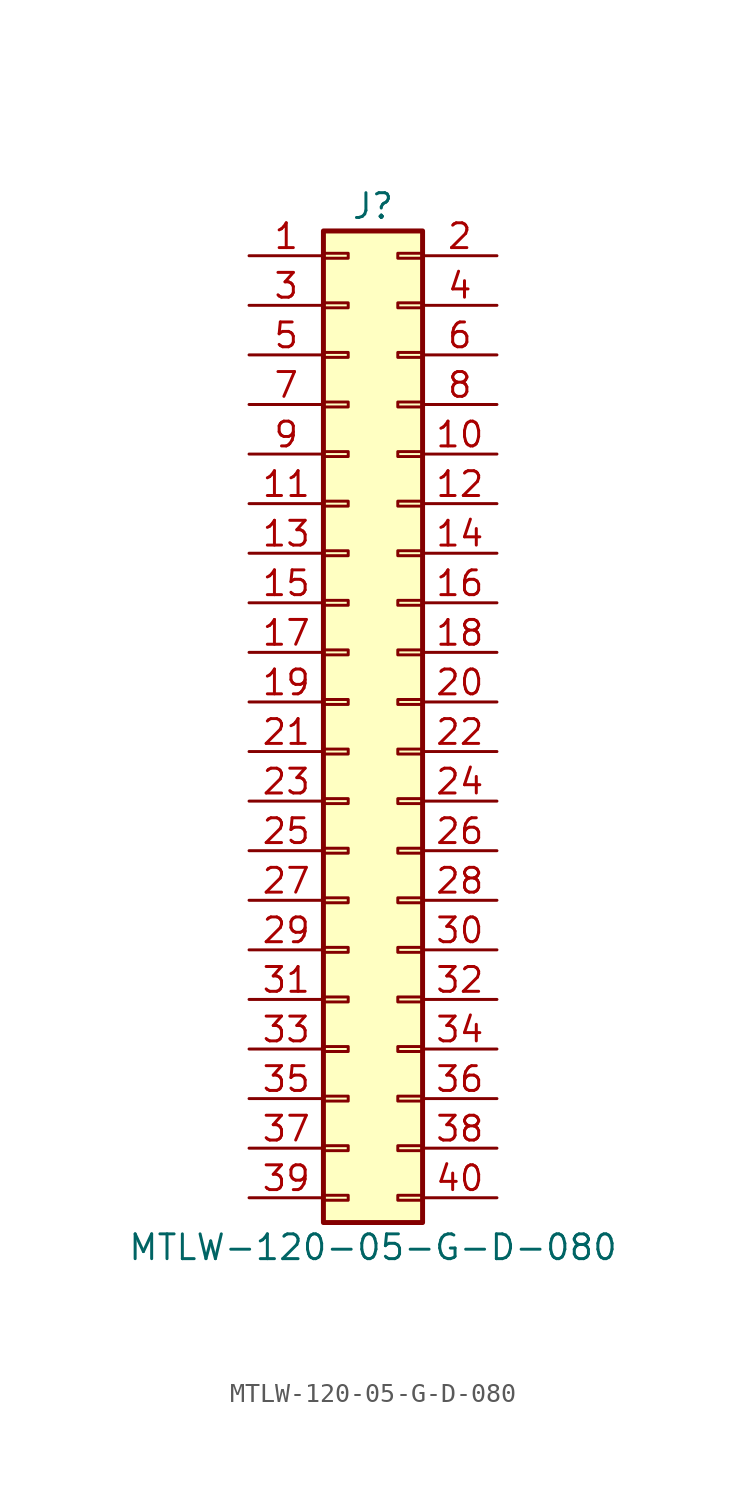
<source format=kicad_sym>
(kicad_symbol_lib
  (version 20241209)
  (generator "kicad_symbol_editor")
  (generator_version "9.0")
  (symbol "MTLW-120-05-G-D-080"
    (pin_names
      (offset 1.016)
      (hide yes))
    (property "Reference" "J"
      (at 1.27 25.4 0)
      (effects (font (size 1.27 1.27))))
    (property "Value" "MTLW-120-05-G-D-080"
      (at 1.27 -27.94 0)
      (effects (font (size 1.27 1.27))))
    (symbol "MTLW-120-05-G-D-080_1_1"
      (rectangle (start -1.27 24.13) (end 3.81 -26.67) (stroke (width 0.254) (type default)) (fill (type background)))
      (rectangle (start -1.27 22.987) (end 0 22.733) (stroke (width 0.152) (type default)) (fill (type none)))
      (rectangle (start -1.27 20.447) (end 0 20.193) (stroke (width 0.152) (type default)) (fill (type none)))
      (rectangle (start -1.27 17.907) (end 0 17.653) (stroke (width 0.152) (type default)) (fill (type none)))
      (rectangle (start -1.27 15.367) (end 0 15.113) (stroke (width 0.152) (type default)) (fill (type none)))
      (rectangle (start -1.27 12.827) (end 0 12.573) (stroke (width 0.152) (type default)) (fill (type none)))
      (rectangle (start -1.27 10.287) (end 0 10.033) (stroke (width 0.152) (type default)) (fill (type none)))
      (rectangle (start -1.27 7.747) (end 0 7.493) (stroke (width 0.152) (type default)) (fill (type none)))
      (rectangle (start -1.27 5.207) (end 0 4.953) (stroke (width 0.152) (type default)) (fill (type none)))
      (rectangle (start -1.27 2.667) (end 0 2.413) (stroke (width 0.152) (type default)) (fill (type none)))
      (rectangle (start -1.27 0.127) (end 0 -0.127) (stroke (width 0.152) (type default)) (fill (type none)))
      (rectangle (start -1.27 -2.413) (end 0 -2.667) (stroke (width 0.152) (type default)) (fill (type none)))
      (rectangle (start -1.27 -4.953) (end 0 -5.207) (stroke (width 0.152) (type default)) (fill (type none)))
      (rectangle (start -1.27 -7.493) (end 0 -7.747) (stroke (width 0.152) (type default)) (fill (type none)))
      (rectangle (start -1.27 -10.033) (end 0 -10.287) (stroke (width 0.152) (type default)) (fill (type none)))
      (rectangle (start -1.27 -12.573) (end 0 -12.827) (stroke (width 0.152) (type default)) (fill (type none)))
      (rectangle (start -1.27 -15.113) (end 0 -15.367) (stroke (width 0.152) (type default)) (fill (type none)))
      (rectangle (start -1.27 -17.653) (end 0 -17.907) (stroke (width 0.152) (type default)) (fill (type none)))
      (rectangle (start -1.27 -20.193) (end 0 -20.447) (stroke (width 0.152) (type default)) (fill (type none)))
      (rectangle (start -1.27 -22.733) (end 0 -22.987) (stroke (width 0.152) (type default)) (fill (type none)))
      (rectangle (start -1.27 -25.273) (end 0 -25.527) (stroke (width 0.152) (type default)) (fill (type none)))
      (rectangle (start 3.81 22.987) (end 2.54 22.733) (stroke (width 0.152) (type default)) (fill (type none)))
      (rectangle (start 3.81 20.447) (end 2.54 20.193) (stroke (width 0.152) (type default)) (fill (type none)))
      (rectangle (start 3.81 17.907) (end 2.54 17.653) (stroke (width 0.152) (type default)) (fill (type none)))
      (rectangle (start 3.81 15.367) (end 2.54 15.113) (stroke (width 0.152) (type default)) (fill (type none)))
      (rectangle (start 3.81 12.827) (end 2.54 12.573) (stroke (width 0.152) (type default)) (fill (type none)))
      (rectangle (start 3.81 10.287) (end 2.54 10.033) (stroke (width 0.152) (type default)) (fill (type none)))
      (rectangle (start 3.81 7.747) (end 2.54 7.493) (stroke (width 0.152) (type default)) (fill (type none)))
      (rectangle (start 3.81 5.207) (end 2.54 4.953) (stroke (width 0.152) (type default)) (fill (type none)))
      (rectangle (start 3.81 2.667) (end 2.54 2.413) (stroke (width 0.152) (type default)) (fill (type none)))
      (rectangle (start 3.81 0.127) (end 2.54 -0.127) (stroke (width 0.152) (type default)) (fill (type none)))
      (rectangle (start 3.81 -2.413) (end 2.54 -2.667) (stroke (width 0.152) (type default)) (fill (type none)))
      (rectangle (start 3.81 -4.953) (end 2.54 -5.207) (stroke (width 0.152) (type default)) (fill (type none)))
      (rectangle (start 3.81 -7.493) (end 2.54 -7.747) (stroke (width 0.152) (type default)) (fill (type none)))
      (rectangle (start 3.81 -10.033) (end 2.54 -10.287) (stroke (width 0.152) (type default)) (fill (type none)))
      (rectangle (start 3.81 -12.573) (end 2.54 -12.827) (stroke (width 0.152) (type default)) (fill (type none)))
      (rectangle (start 3.81 -15.113) (end 2.54 -15.367) (stroke (width 0.152) (type default)) (fill (type none)))
      (rectangle (start 3.81 -17.653) (end 2.54 -17.907) (stroke (width 0.152) (type default)) (fill (type none)))
      (rectangle (start 3.81 -20.193) (end 2.54 -20.447) (stroke (width 0.152) (type default)) (fill (type none)))
      (rectangle (start 3.81 -22.733) (end 2.54 -22.987) (stroke (width 0.152) (type default)) (fill (type none)))
      (rectangle (start 3.81 -25.273) (end 2.54 -25.527) (stroke (width 0.152) (type default)) (fill (type none)))
      (pin passive line (at -5.08 22.86 0) (length 3.81) (name "Pin_1" (effects (font (size 1.27 1.27)))) (number "1" (effects (font (size 1.27 1.27)))))
      (pin passive line (at -5.08 20.32 0) (length 3.81) (name "Pin_3" (effects (font (size 1.27 1.27)))) (number "3" (effects (font (size 1.27 1.27)))))
      (pin passive line (at -5.08 17.78 0) (length 3.81) (name "Pin_5" (effects (font (size 1.27 1.27)))) (number "5" (effects (font (size 1.27 1.27)))))
      (pin passive line (at -5.08 15.24 0) (length 3.81) (name "Pin_7" (effects (font (size 1.27 1.27)))) (number "7" (effects (font (size 1.27 1.27)))))
      (pin passive line (at -5.08 12.7 0) (length 3.81) (name "Pin_9" (effects (font (size 1.27 1.27)))) (number "9" (effects (font (size 1.27 1.27)))))
      (pin passive line (at -5.08 10.16 0) (length 3.81) (name "Pin_11" (effects (font (size 1.27 1.27)))) (number "11" (effects (font (size 1.27 1.27)))))
      (pin passive line (at -5.08 7.62 0) (length 3.81) (name "Pin_13" (effects (font (size 1.27 1.27)))) (number "13" (effects (font (size 1.27 1.27)))))
      (pin passive line (at -5.08 5.08 0) (length 3.81) (name "Pin_15" (effects (font (size 1.27 1.27)))) (number "15" (effects (font (size 1.27 1.27)))))
      (pin passive line (at -5.08 2.54 0) (length 3.81) (name "Pin_17" (effects (font (size 1.27 1.27)))) (number "17" (effects (font (size 1.27 1.27)))))
      (pin passive line (at -5.08 0 0) (length 3.81) (name "Pin_19" (effects (font (size 1.27 1.27)))) (number "19" (effects (font (size 1.27 1.27)))))
      (pin passive line (at -5.08 -2.54 0) (length 3.81) (name "Pin_21" (effects (font (size 1.27 1.27)))) (number "21" (effects (font (size 1.27 1.27)))))
      (pin passive line (at -5.08 -5.08 0) (length 3.81) (name "Pin_23" (effects (font (size 1.27 1.27)))) (number "23" (effects (font (size 1.27 1.27)))))
      (pin passive line (at -5.08 -7.62 0) (length 3.81) (name "Pin_25" (effects (font (size 1.27 1.27)))) (number "25" (effects (font (size 1.27 1.27)))))
      (pin passive line (at -5.08 -10.16 0) (length 3.81) (name "Pin_27" (effects (font (size 1.27 1.27)))) (number "27" (effects (font (size 1.27 1.27)))))
      (pin passive line (at -5.08 -12.7 0) (length 3.81) (name "Pin_29" (effects (font (size 1.27 1.27)))) (number "29" (effects (font (size 1.27 1.27)))))
      (pin passive line (at -5.08 -15.24 0) (length 3.81) (name "Pin_31" (effects (font (size 1.27 1.27)))) (number "31" (effects (font (size 1.27 1.27)))))
      (pin passive line (at -5.08 -17.78 0) (length 3.81) (name "Pin_33" (effects (font (size 1.27 1.27)))) (number "33" (effects (font (size 1.27 1.27)))))
      (pin passive line (at -5.08 -20.32 0) (length 3.81) (name "Pin_35" (effects (font (size 1.27 1.27)))) (number "35" (effects (font (size 1.27 1.27)))))
      (pin passive line (at -5.08 -22.86 0) (length 3.81) (name "Pin_37" (effects (font (size 1.27 1.27)))) (number "37" (effects (font (size 1.27 1.27)))))
      (pin passive line (at -5.08 -25.4 0) (length 3.81) (name "Pin_39" (effects (font (size 1.27 1.27)))) (number "39" (effects (font (size 1.27 1.27)))))
      (pin passive line (at 7.62 22.86 180) (length 3.81) (name "Pin_2" (effects (font (size 1.27 1.27)))) (number "2" (effects (font (size 1.27 1.27)))))
      (pin passive line (at 7.62 20.32 180) (length 3.81) (name "Pin_4" (effects (font (size 1.27 1.27)))) (number "4" (effects (font (size 1.27 1.27)))))
      (pin passive line (at 7.62 17.78 180) (length 3.81) (name "Pin_6" (effects (font (size 1.27 1.27)))) (number "6" (effects (font (size 1.27 1.27)))))
      (pin passive line (at 7.62 15.24 180) (length 3.81) (name "Pin_8" (effects (font (size 1.27 1.27)))) (number "8" (effects (font (size 1.27 1.27)))))
      (pin passive line (at 7.62 12.7 180) (length 3.81) (name "Pin_10" (effects (font (size 1.27 1.27)))) (number "10" (effects (font (size 1.27 1.27)))))
      (pin passive line (at 7.62 10.16 180) (length 3.81) (name "Pin_12" (effects (font (size 1.27 1.27)))) (number "12" (effects (font (size 1.27 1.27)))))
      (pin passive line (at 7.62 7.62 180) (length 3.81) (name "Pin_14" (effects (font (size 1.27 1.27)))) (number "14" (effects (font (size 1.27 1.27)))))
      (pin passive line (at 7.62 5.08 180) (length 3.81) (name "Pin_16" (effects (font (size 1.27 1.27)))) (number "16" (effects (font (size 1.27 1.27)))))
      (pin passive line (at 7.62 2.54 180) (length 3.81) (name "Pin_18" (effects (font (size 1.27 1.27)))) (number "18" (effects (font (size 1.27 1.27)))))
      (pin passive line (at 7.62 0 180) (length 3.81) (name "Pin_20" (effects (font (size 1.27 1.27)))) (number "20" (effects (font (size 1.27 1.27)))))
      (pin passive line (at 7.62 -2.54 180) (length 3.81) (name "Pin_22" (effects (font (size 1.27 1.27)))) (number "22" (effects (font (size 1.27 1.27)))))
      (pin passive line (at 7.62 -5.08 180) (length 3.81) (name "Pin_24" (effects (font (size 1.27 1.27)))) (number "24" (effects (font (size 1.27 1.27)))))
      (pin passive line (at 7.62 -7.62 180) (length 3.81) (name "Pin_26" (effects (font (size 1.27 1.27)))) (number "26" (effects (font (size 1.27 1.27)))))
      (pin passive line (at 7.62 -10.16 180) (length 3.81) (name "Pin_28" (effects (font (size 1.27 1.27)))) (number "28" (effects (font (size 1.27 1.27)))))
      (pin passive line (at 7.62 -12.7 180) (length 3.81) (name "Pin_30" (effects (font (size 1.27 1.27)))) (number "30" (effects (font (size 1.27 1.27)))))
      (pin passive line (at 7.62 -15.24 180) (length 3.81) (name "Pin_32" (effects (font (size 1.27 1.27)))) (number "32" (effects (font (size 1.27 1.27)))))
      (pin passive line (at 7.62 -17.78 180) (length 3.81) (name "Pin_34" (effects (font (size 1.27 1.27)))) (number "34" (effects (font (size 1.27 1.27)))))
      (pin passive line (at 7.62 -20.32 180) (length 3.81) (name "Pin_36" (effects (font (size 1.27 1.27)))) (number "36" (effects (font (size 1.27 1.27)))))
      (pin passive line (at 7.62 -22.86 180) (length 3.81) (name "Pin_38" (effects (font (size 1.27 1.27)))) (number "38" (effects (font (size 1.27 1.27)))))
      (pin passive line (at 7.62 -25.4 180) (length 3.81) (name "Pin_40" (effects (font (size 1.27 1.27)))) (number "40" (effects (font (size 1.27 1.27))))))))
</source>
